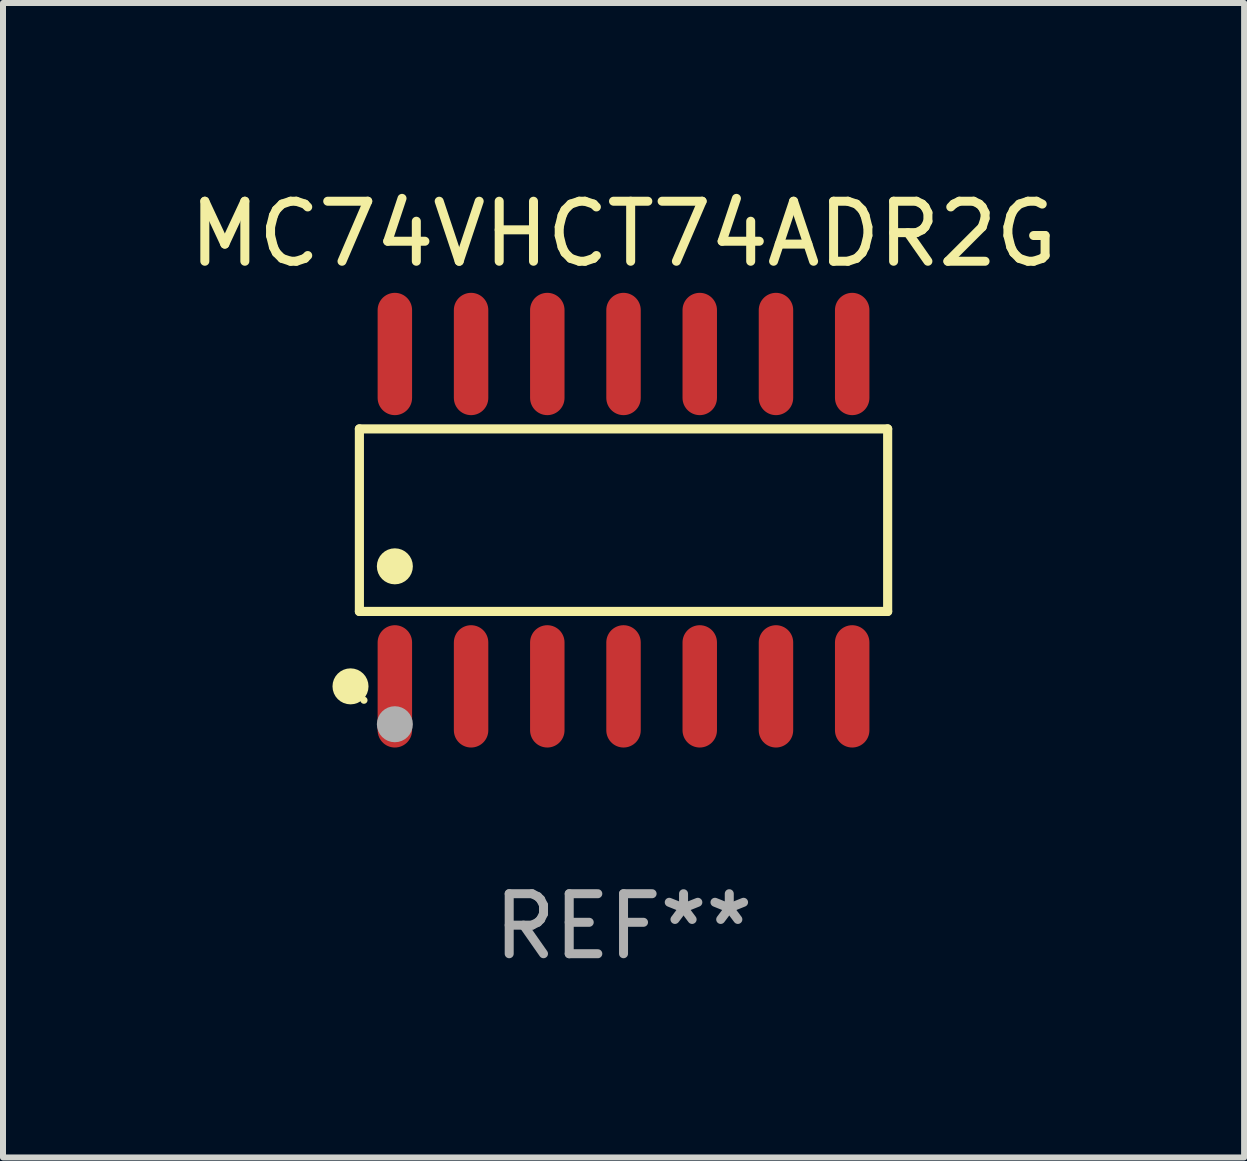
<source format=kicad_pcb>
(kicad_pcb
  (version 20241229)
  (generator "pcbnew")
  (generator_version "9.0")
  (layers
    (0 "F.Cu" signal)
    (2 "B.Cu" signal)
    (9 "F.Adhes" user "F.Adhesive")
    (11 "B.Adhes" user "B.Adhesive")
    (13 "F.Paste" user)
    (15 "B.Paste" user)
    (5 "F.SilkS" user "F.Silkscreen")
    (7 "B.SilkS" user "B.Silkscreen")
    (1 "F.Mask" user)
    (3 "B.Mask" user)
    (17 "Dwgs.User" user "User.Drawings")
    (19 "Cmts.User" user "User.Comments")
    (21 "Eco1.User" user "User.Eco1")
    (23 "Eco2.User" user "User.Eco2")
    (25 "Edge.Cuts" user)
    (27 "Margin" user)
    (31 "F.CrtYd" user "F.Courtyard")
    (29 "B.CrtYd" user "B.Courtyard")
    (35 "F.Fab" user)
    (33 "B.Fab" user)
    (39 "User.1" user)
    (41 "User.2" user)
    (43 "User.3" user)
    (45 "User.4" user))
  (footprint "MC74VHCT74ADR2G"
    (layer "F.Cu")
    (at 7.339 5.617)
    (property "Reference" "MC74VHCT74ADR2G" (at 0 -4.769 0) (layer "F.SilkS") (effects (font (size 1 1) (thickness 0.15))))
    (attr through_hole)
    (fp_line (start -4.401 -1.521) (end 4.401 -1.521) (stroke (width 0.152) (type solid)) (layer "F.SilkS"))
    (fp_line (start -4.401 1.521) (end -4.401 -1.521) (stroke (width 0.152) (type solid)) (layer "F.SilkS"))
    (fp_line (start 4.401 -1.521) (end 4.401 1.521) (stroke (width 0.152) (type solid)) (layer "F.SilkS"))
    (fp_line (start 4.401 1.521) (end -4.401 1.521) (stroke (width 0.152) (type solid)) (layer "F.SilkS"))
    (fp_circle (center -4.549 2.769) (end -4.399 2.769) (stroke (width 0.3) (type solid)) (fill no) (layer "F.SilkS"))
    (fp_circle (center -4.325 3) (end -4.295 3) (stroke (width 0.06) (type solid)) (fill no) (layer "F.SilkS"))
    (fp_circle (center -3.81 0.769) (end -3.66 0.769) (stroke (width 0.3) (type solid)) (fill no) (layer "F.SilkS"))
    (fp_circle (center -3.81 3.4) (end -3.66 3.4) (stroke (width 0.3) (type solid)) (fill no) (layer "F.Fab"))
    (fp_text user "REF**" (at 0 6.769 0) (layer "F.Fab") (effects (font (size 1 1) (thickness 0.15))))
    (pad "1" smd oval (at -3.81 2.769) (size 0.574 2.038) (layers "F.Cu" "F.Mask" "F.Paste"))
    (pad "2" smd oval (at -2.54 2.769) (size 0.574 2.038) (layers "F.Cu" "F.Mask" "F.Paste"))
    (pad "3" smd oval (at -1.27 2.769) (size 0.574 2.038) (layers "F.Cu" "F.Mask" "F.Paste"))
    (pad "4" smd oval (at 0 2.769) (size 0.574 2.038) (layers "F.Cu" "F.Mask" "F.Paste"))
    (pad "5" smd oval (at 1.27 2.769) (size 0.574 2.038) (layers "F.Cu" "F.Mask" "F.Paste"))
    (pad "6" smd oval (at 2.54 2.769) (size 0.574 2.038) (layers "F.Cu" "F.Mask" "F.Paste"))
    (pad "7" smd oval (at 3.81 2.769) (size 0.574 2.038) (layers "F.Cu" "F.Mask" "F.Paste"))
    (pad "8" smd oval (at 3.81 -2.769) (size 0.574 2.038) (layers "F.Cu" "F.Mask" "F.Paste"))
    (pad "9" smd oval (at 2.54 -2.769) (size 0.574 2.038) (layers "F.Cu" "F.Mask" "F.Paste"))
    (pad "10" smd oval (at 1.27 -2.769) (size 0.574 2.038) (layers "F.Cu" "F.Mask" "F.Paste"))
    (pad "11" smd oval (at 0 -2.769) (size 0.574 2.038) (layers "F.Cu" "F.Mask" "F.Paste"))
    (pad "12" smd oval (at -1.27 -2.769) (size 0.574 2.038) (layers "F.Cu" "F.Mask" "F.Paste"))
    (pad "13" smd oval (at -2.54 -2.769) (size 0.574 2.038) (layers "F.Cu" "F.Mask" "F.Paste"))
    (pad "14" smd oval (at -3.81 -2.769) (size 0.574 2.038) (layers "F.Cu" "F.Mask" "F.Paste")))
  (gr_rect
    (start -3 -3)
    (end 17.679 16.235)
    (stroke (width 0.1) (type default))
    (fill no)
    (layer "Edge.Cuts")))
</source>
